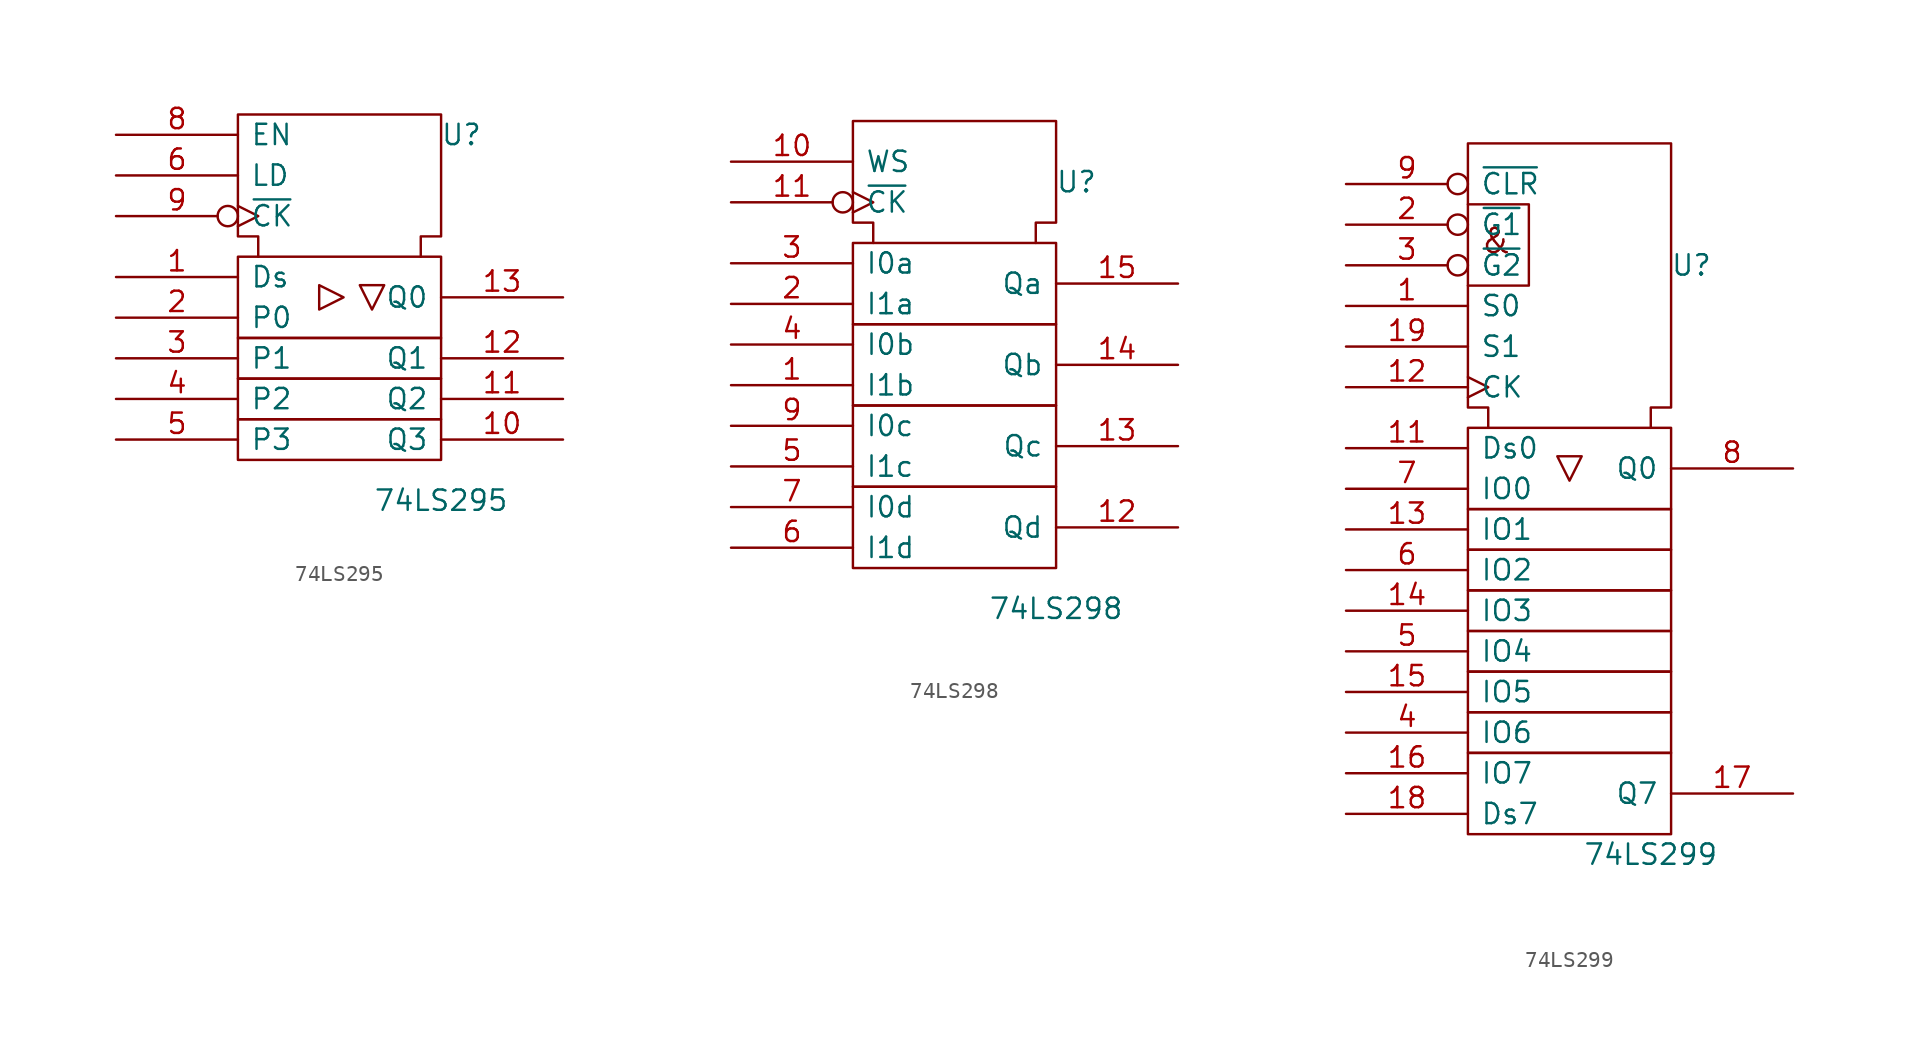
<source format=kicad_sym>
(kicad_symbol_lib
  (version 20201005)
  (generator kicad_symbol_editor)
  (symbol "74xx_IEEE:74LS295"
    (pin_names
      (offset 0.762))
    (property "Reference" "U"
      (at 7.62 8.89 0)
      (effects (font (size 1.27 1.27))))
    (property "Value" "74LS295"
      (at 6.35 -13.97 0)
      (effects (font (size 1.27 1.27))))
    (symbol "74LS295_0_0"
      (pin power_in line (at 3.81 10.16 270) (length 0) hide (name "VCC" (effects (font (size 1.27 1.27)))) (number "14" (effects (font (size 1.27 1.27)))))
      (pin power_in line (at 0 10.16 270) (length 0) hide (name "GND" (effects (font (size 1.27 1.27)))) (number "7" (effects (font (size 1.27 1.27))))))
    (symbol "74LS295_0_1"
      (rectangle (start -6.35 -8.89) (end 6.35 -11.43) (stroke (width 0)) (fill (type none)))
      (rectangle (start -6.35 -6.35) (end 6.35 -8.89) (stroke (width 0)) (fill (type none)))
      (rectangle (start -6.35 -3.81) (end 6.35 -6.35) (stroke (width 0)) (fill (type none)))
      (rectangle (start -6.35 1.27) (end 6.35 -3.81) (stroke (width 0)) (fill (type none)))
      (polyline (pts (xy -1.27 -0.508) (xy -1.27 -2.032) (xy 0.254 -1.27) (xy -1.27 -0.508) (xy -1.27 -0.508)) (stroke (width 0)) (fill (type none)))
      (polyline (pts (xy 2.794 -0.508) (xy 1.27 -0.508) (xy 2.032 -2.032) (xy 2.794 -0.508) (xy 2.794 -0.508)) (stroke (width 0)) (fill (type none)))
      (polyline (pts (xy -5.08 1.27) (xy -5.08 2.54) (xy -6.35 2.54) (xy -6.35 10.16) (xy 6.35 10.16) (xy 6.35 2.54) (xy 5.08 2.54) (xy 5.08 1.27) (xy 5.08 1.27)) (stroke (width 0)) (fill (type none))))
    (symbol "74LS295_1_1"
      (pin input line (at -13.97 0 0) (length 7.62) (name "Ds" (effects (font (size 1.27 1.27)))) (number "1" (effects (font (size 1.27 1.27)))))
      (pin output line (at 13.97 -10.16 180) (length 7.62) (name "Q3" (effects (font (size 1.27 1.27)))) (number "10" (effects (font (size 1.27 1.27)))))
      (pin output line (at 13.97 -7.62 180) (length 7.62) (name "Q2" (effects (font (size 1.27 1.27)))) (number "11" (effects (font (size 1.27 1.27)))))
      (pin output line (at 13.97 -5.08 180) (length 7.62) (name "Q1" (effects (font (size 1.27 1.27)))) (number "12" (effects (font (size 1.27 1.27)))))
      (pin output line (at 13.97 -1.27 180) (length 7.62) (name "Q0" (effects (font (size 1.27 1.27)))) (number "13" (effects (font (size 1.27 1.27)))))
      (pin input line (at -13.97 -2.54 0) (length 7.62) (name "P0" (effects (font (size 1.27 1.27)))) (number "2" (effects (font (size 1.27 1.27)))))
      (pin input line (at -13.97 -5.08 0) (length 7.62) (name "P1" (effects (font (size 1.27 1.27)))) (number "3" (effects (font (size 1.27 1.27)))))
      (pin input line (at -13.97 -7.62 0) (length 7.62) (name "P2" (effects (font (size 1.27 1.27)))) (number "4" (effects (font (size 1.27 1.27)))))
      (pin input line (at -13.97 -10.16 0) (length 7.62) (name "P3" (effects (font (size 1.27 1.27)))) (number "5" (effects (font (size 1.27 1.27)))))
      (pin input line (at -13.97 6.35 0) (length 7.62) (name "LD" (effects (font (size 1.27 1.27)))) (number "6" (effects (font (size 1.27 1.27)))))
      (pin input line (at -13.97 8.89 0) (length 7.62) (name "EN" (effects (font (size 1.27 1.27)))) (number "8" (effects (font (size 1.27 1.27)))))
      (pin input inverted_clock (at -13.97 3.81 0) (length 7.62) (name "~CK" (effects (font (size 1.27 1.27)))) (number "9" (effects (font (size 1.27 1.27)))))))
  (symbol "74xx_IEEE:74LS298"
    (pin_names
      (offset 0.762))
    (property "Reference" "U"
      (at 7.62 10.16 0)
      (effects (font (size 1.27 1.27))))
    (property "Value" "74LS298"
      (at 6.35 -16.51 0)
      (effects (font (size 1.27 1.27))))
    (symbol "74LS298_0_0"
      (rectangle (start -6.35 -8.89) (end 6.35 -13.97) (stroke (width 0)) (fill (type none)))
      (rectangle (start -6.35 -3.81) (end 6.35 -8.89) (stroke (width 0)) (fill (type none)))
      (rectangle (start -6.35 1.27) (end 6.35 -3.81) (stroke (width 0)) (fill (type none)))
      (rectangle (start -6.35 6.35) (end 6.35 1.27) (stroke (width 0)) (fill (type none)))
      (polyline (pts (xy -5.08 6.35) (xy -5.08 7.62) (xy -6.35 7.62) (xy -6.35 13.97) (xy 6.35 13.97) (xy 6.35 7.62) (xy 5.08 7.62) (xy 5.08 6.35) (xy 5.08 6.35)) (stroke (width 0)) (fill (type none)))
      (pin power_in line (at 3.81 13.97 270) (length 0) hide (name "VCC" (effects (font (size 1.27 1.27)))) (number "16" (effects (font (size 1.27 1.27)))))
      (pin power_in line (at 0 13.97 270) (length 0) hide (name "GND" (effects (font (size 1.27 1.27)))) (number "8" (effects (font (size 1.27 1.27))))))
    (symbol "74LS298_1_1"
      (pin input line (at -13.97 -2.54 0) (length 7.62) (name "I1b" (effects (font (size 1.27 1.27)))) (number "1" (effects (font (size 1.27 1.27)))))
      (pin input line (at -13.97 11.43 0) (length 7.62) (name "WS" (effects (font (size 1.27 1.27)))) (number "10" (effects (font (size 1.27 1.27)))))
      (pin input inverted_clock (at -13.97 8.89 0) (length 7.62) (name "~CK" (effects (font (size 1.27 1.27)))) (number "11" (effects (font (size 1.27 1.27)))))
      (pin tri_state line (at 13.97 -11.43 180) (length 7.62) (name "Qd" (effects (font (size 1.27 1.27)))) (number "12" (effects (font (size 1.27 1.27)))))
      (pin tri_state line (at 13.97 -6.35 180) (length 7.62) (name "Qc" (effects (font (size 1.27 1.27)))) (number "13" (effects (font (size 1.27 1.27)))))
      (pin tri_state line (at 13.97 -1.27 180) (length 7.62) (name "Qb" (effects (font (size 1.27 1.27)))) (number "14" (effects (font (size 1.27 1.27)))))
      (pin tri_state line (at 13.97 3.81 180) (length 7.62) (name "Qa" (effects (font (size 1.27 1.27)))) (number "15" (effects (font (size 1.27 1.27)))))
      (pin input line (at -13.97 2.54 0) (length 7.62) (name "I1a" (effects (font (size 1.27 1.27)))) (number "2" (effects (font (size 1.27 1.27)))))
      (pin input line (at -13.97 5.08 0) (length 7.62) (name "I0a" (effects (font (size 1.27 1.27)))) (number "3" (effects (font (size 1.27 1.27)))))
      (pin input line (at -13.97 0 0) (length 7.62) (name "I0b" (effects (font (size 1.27 1.27)))) (number "4" (effects (font (size 1.27 1.27)))))
      (pin input line (at -13.97 -7.62 0) (length 7.62) (name "I1c" (effects (font (size 1.27 1.27)))) (number "5" (effects (font (size 1.27 1.27)))))
      (pin input line (at -13.97 -12.7 0) (length 7.62) (name "I1d" (effects (font (size 1.27 1.27)))) (number "6" (effects (font (size 1.27 1.27)))))
      (pin input line (at -13.97 -10.16 0) (length 7.62) (name "I0d" (effects (font (size 1.27 1.27)))) (number "7" (effects (font (size 1.27 1.27)))))
      (pin input line (at -13.97 -5.08 0) (length 7.62) (name "I0c" (effects (font (size 1.27 1.27)))) (number "9" (effects (font (size 1.27 1.27)))))))
  (symbol "74xx_IEEE:74LS299"
    (pin_names
      (offset 0.762))
    (property "Reference" "U"
      (at 7.62 6.35 0)
      (effects (font (size 1.27 1.27))))
    (property "Value" "74LS299"
      (at 5.08 -30.48 0)
      (effects (font (size 1.27 1.27))))
    (symbol "74LS299_0_0"
      (text "&" (at -4.572 7.874 0) (effects (font (size 1.524 1.524))))
      (polyline (pts (xy 0.762 -5.588) (xy -0.762 -5.588) (xy 0 -7.112) (xy 0.762 -5.588) (xy 0.762 -5.588)) (stroke (width 0)) (fill (type none)))
      (pin power_in line (at 0 13.97 270) (length 0) hide (name "GND" (effects (font (size 1.27 1.27)))) (number "10" (effects (font (size 1.27 1.27)))))
      (pin power_in line (at 3.81 13.97 270) (length 0) hide (name "VCC" (effects (font (size 1.27 1.27)))) (number "20" (effects (font (size 1.27 1.27))))))
    (symbol "74LS299_0_1"
      (rectangle (start -6.35 -24.13) (end 6.35 -29.21) (stroke (width 0)) (fill (type none)))
      (rectangle (start -6.35 -21.59) (end 6.35 -24.13) (stroke (width 0)) (fill (type none)))
      (rectangle (start -6.35 -19.05) (end 6.35 -21.59) (stroke (width 0)) (fill (type none)))
      (rectangle (start -6.35 -16.51) (end 6.35 -19.05) (stroke (width 0)) (fill (type none)))
      (rectangle (start -6.35 -13.97) (end 6.35 -16.51) (stroke (width 0)) (fill (type none)))
      (rectangle (start -6.35 -11.43) (end 6.35 -13.97) (stroke (width 0)) (fill (type none)))
      (rectangle (start -6.35 -8.89) (end 6.35 -11.43) (stroke (width 0)) (fill (type none)))
      (rectangle (start -6.35 -3.81) (end 6.35 -8.89) (stroke (width 0)) (fill (type none)))
      (polyline (pts (xy -6.35 10.16) (xy -2.54 10.16) (xy -2.54 5.08) (xy -6.35 5.08) (xy -6.35 5.08)) (stroke (width 0)) (fill (type none)))
      (polyline (pts (xy -5.08 -3.81) (xy -5.08 -2.54) (xy -6.35 -2.54) (xy -6.35 13.97) (xy 6.35 13.97) (xy 6.35 -2.54) (xy 5.08 -2.54) (xy 5.08 -3.81) (xy 5.08 -3.81)) (stroke (width 0)) (fill (type none))))
    (symbol "74LS299_1_1"
      (pin input line (at -13.97 3.81 0) (length 7.62) (name "S0" (effects (font (size 1.27 1.27)))) (number "1" (effects (font (size 1.27 1.27)))))
      (pin input line (at -13.97 -5.08 0) (length 7.62) (name "Ds0" (effects (font (size 1.27 1.27)))) (number "11" (effects (font (size 1.27 1.27)))))
      (pin input clock (at -13.97 -1.27 0) (length 7.62) (name "CK" (effects (font (size 1.27 1.27)))) (number "12" (effects (font (size 1.27 1.27)))))
      (pin tri_state line (at -13.97 -10.16 0) (length 7.62) (name "IO1" (effects (font (size 1.27 1.27)))) (number "13" (effects (font (size 1.27 1.27)))))
      (pin tri_state line (at -13.97 -15.24 0) (length 7.62) (name "IO3" (effects (font (size 1.27 1.27)))) (number "14" (effects (font (size 1.27 1.27)))))
      (pin tri_state line (at -13.97 -20.32 0) (length 7.62) (name "IO5" (effects (font (size 1.27 1.27)))) (number "15" (effects (font (size 1.27 1.27)))))
      (pin tri_state line (at -13.97 -25.4 0) (length 7.62) (name "IO7" (effects (font (size 1.27 1.27)))) (number "16" (effects (font (size 1.27 1.27)))))
      (pin output line (at 13.97 -26.67 180) (length 7.62) (name "Q7" (effects (font (size 1.27 1.27)))) (number "17" (effects (font (size 1.27 1.27)))))
      (pin input line (at -13.97 -27.94 0) (length 7.62) (name "Ds7" (effects (font (size 1.27 1.27)))) (number "18" (effects (font (size 1.27 1.27)))))
      (pin input line (at -13.97 1.27 0) (length 7.62) (name "S1" (effects (font (size 1.27 1.27)))) (number "19" (effects (font (size 1.27 1.27)))))
      (pin input inverted (at -13.97 8.89 0) (length 7.62) (name "~G1" (effects (font (size 1.27 1.27)))) (number "2" (effects (font (size 1.27 1.27)))))
      (pin input inverted (at -13.97 6.35 0) (length 7.62) (name "~G2" (effects (font (size 1.27 1.27)))) (number "3" (effects (font (size 1.27 1.27)))))
      (pin tri_state line (at -13.97 -22.86 0) (length 7.62) (name "IO6" (effects (font (size 1.27 1.27)))) (number "4" (effects (font (size 1.27 1.27)))))
      (pin tri_state line (at -13.97 -17.78 0) (length 7.62) (name "IO4" (effects (font (size 1.27 1.27)))) (number "5" (effects (font (size 1.27 1.27)))))
      (pin tri_state line (at -13.97 -12.7 0) (length 7.62) (name "IO2" (effects (font (size 1.27 1.27)))) (number "6" (effects (font (size 1.27 1.27)))))
      (pin tri_state line (at -13.97 -7.62 0) (length 7.62) (name "IO0" (effects (font (size 1.27 1.27)))) (number "7" (effects (font (size 1.27 1.27)))))
      (pin output line (at 13.97 -6.35 180) (length 7.62) (name "Q0" (effects (font (size 1.27 1.27)))) (number "8" (effects (font (size 1.27 1.27)))))
      (pin input inverted (at -13.97 11.43 0) (length 7.62) (name "~CLR" (effects (font (size 1.27 1.27)))) (number "9" (effects (font (size 1.27 1.27))))))))
</source>
